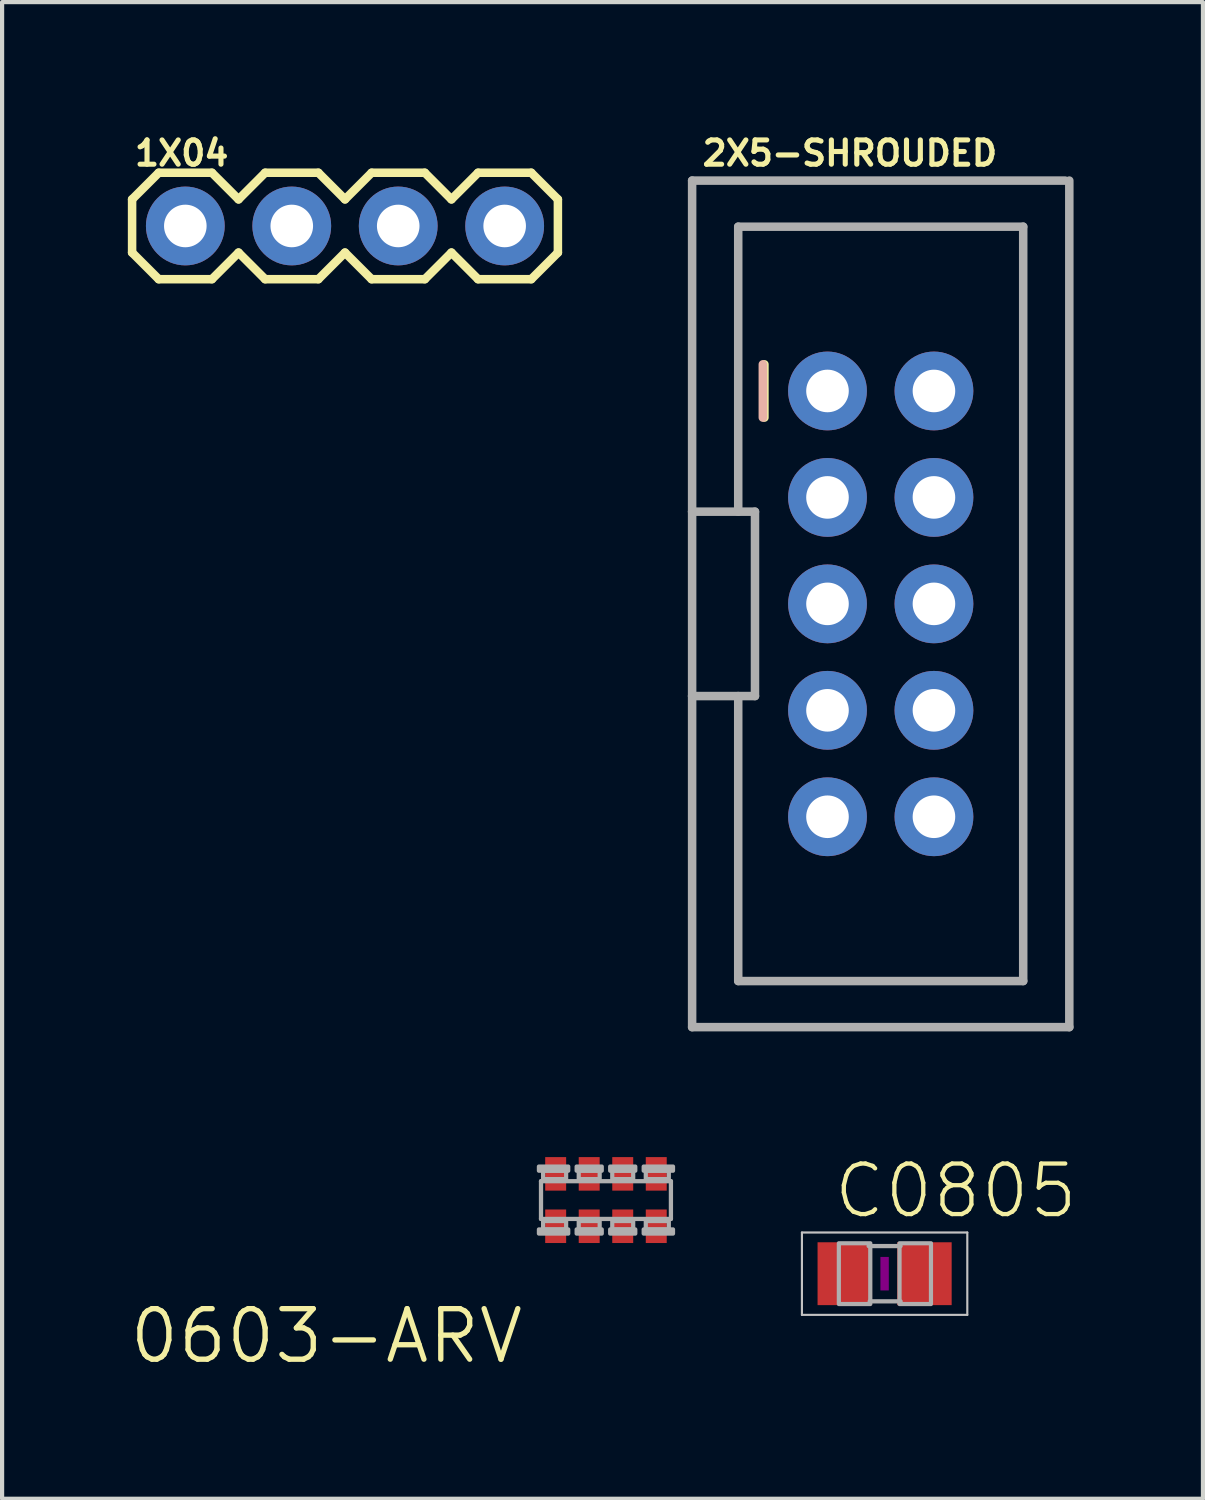
<source format=kicad_pcb>
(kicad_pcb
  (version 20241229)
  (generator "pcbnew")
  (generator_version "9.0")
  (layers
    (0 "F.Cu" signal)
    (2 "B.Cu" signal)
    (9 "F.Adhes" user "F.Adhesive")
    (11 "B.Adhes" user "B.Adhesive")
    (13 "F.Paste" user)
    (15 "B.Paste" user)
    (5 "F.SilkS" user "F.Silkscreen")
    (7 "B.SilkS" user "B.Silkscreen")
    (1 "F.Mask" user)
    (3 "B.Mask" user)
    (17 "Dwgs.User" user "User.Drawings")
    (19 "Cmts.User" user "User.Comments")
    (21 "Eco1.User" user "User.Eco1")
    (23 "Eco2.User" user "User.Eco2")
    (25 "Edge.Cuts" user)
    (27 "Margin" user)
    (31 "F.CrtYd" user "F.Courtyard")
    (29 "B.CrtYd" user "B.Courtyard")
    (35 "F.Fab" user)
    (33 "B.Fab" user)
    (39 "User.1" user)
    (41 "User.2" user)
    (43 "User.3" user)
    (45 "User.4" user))
  (footprint "2X5-SHROUDED"
    (layer "F.Cu")
    (at 17.965 11.359)
    (property "Reference" "2X5-SHROUDED" (at -4.318 -10.414 0) (layer "F.SilkS") (effects (font (size 0.579 0.579) (thickness 0.122)) (justify left bottom)))
    (attr through_hole)
    (fp_line (start -2.775 -5.715) (end -2.775 -4.445) (stroke (width 0.203) (type solid)) (layer "F.SilkS"))
    (fp_line (start -2.813 -5.715) (end -2.813 -4.445) (stroke (width 0.203) (type solid)) (layer "B.SilkS"))
    (fp_line (start -4.5 -10.1) (end 4.4 -10.1) (stroke (width 0.203) (type solid)) (layer "F.Fab"))
    (fp_line (start -4.5 -2.2) (end -4.5 -10.1) (stroke (width 0.203) (type solid)) (layer "F.Fab"))
    (fp_line (start -4.5 -2.2) (end -3 -2.2) (stroke (width 0.203) (type solid)) (layer "F.Fab"))
    (fp_line (start -4.5 2.2) (end -4.5 -2.2) (stroke (width 0.203) (type solid)) (layer "F.Fab"))
    (fp_line (start -4.5 10.1) (end -4.5 2.2) (stroke (width 0.203) (type solid)) (layer "F.Fab"))
    (fp_line (start -3.4 -9) (end -3.4 -2.2) (stroke (width 0.203) (type solid)) (layer "F.Fab"))
    (fp_line (start -3.4 -9) (end 3.4 -9) (stroke (width 0.203) (type solid)) (layer "F.Fab"))
    (fp_line (start -3.4 9) (end -3.4 2.2) (stroke (width 0.203) (type solid)) (layer "F.Fab"))
    (fp_line (start -3.4 9) (end 3.4 9) (stroke (width 0.203) (type solid)) (layer "F.Fab"))
    (fp_line (start -3 -2.2) (end -3 2.2) (stroke (width 0.203) (type solid)) (layer "F.Fab"))
    (fp_line (start -3 2.2) (end -4.5 2.2) (stroke (width 0.203) (type solid)) (layer "F.Fab"))
    (fp_line (start 3.4 -9) (end 3.4 9) (stroke (width 0.203) (type solid)) (layer "F.Fab"))
    (fp_line (start 4.5 -10.1) (end 4.5 10.1) (stroke (width 0.203) (type solid)) (layer "F.Fab"))
    (fp_line (start 4.5 10.1) (end -4.5 10.1) (stroke (width 0.203) (type solid)) (layer "F.Fab"))
    (fp_poly (pts (xy -1.524 -4.826) (xy -1.016 -4.826) (xy -1.016 -5.334) (xy -1.524 -5.334)) (stroke (width 0.1) (type solid)) (fill no) (layer "F.Fab"))
    (fp_poly (pts (xy -1.524 -2.286) (xy -1.016 -2.286) (xy -1.016 -2.794) (xy -1.524 -2.794)) (stroke (width 0.1) (type solid)) (fill no) (layer "F.Fab"))
    (fp_poly (pts (xy -1.524 0.254) (xy -1.016 0.254) (xy -1.016 -0.254) (xy -1.524 -0.254)) (stroke (width 0.1) (type solid)) (fill no) (layer "F.Fab"))
    (fp_poly (pts (xy -1.524 2.794) (xy -1.016 2.794) (xy -1.016 2.286) (xy -1.524 2.286)) (stroke (width 0.1) (type solid)) (fill no) (layer "F.Fab"))
    (fp_poly (pts (xy -1.524 2.794) (xy -1.016 2.794) (xy -1.016 2.286) (xy -1.524 2.286)) (stroke (width 0.1) (type solid)) (fill no) (layer "F.Fab"))
    (fp_poly (pts (xy -1.524 5.334) (xy -1.016 5.334) (xy -1.016 4.826) (xy -1.524 4.826)) (stroke (width 0.1) (type solid)) (fill no) (layer "F.Fab"))
    (fp_poly (pts (xy 1.016 -4.826) (xy 1.524 -4.826) (xy 1.524 -5.334) (xy 1.016 -5.334)) (stroke (width 0.1) (type solid)) (fill no) (layer "F.Fab"))
    (fp_poly (pts (xy 1.016 -2.286) (xy 1.524 -2.286) (xy 1.524 -2.794) (xy 1.016 -2.794)) (stroke (width 0.1) (type solid)) (fill no) (layer "F.Fab"))
    (fp_poly (pts (xy 1.016 0.254) (xy 1.524 0.254) (xy 1.524 -0.254) (xy 1.016 -0.254)) (stroke (width 0.1) (type solid)) (fill no) (layer "F.Fab"))
    (fp_poly (pts (xy 1.016 2.794) (xy 1.524 2.794) (xy 1.524 2.286) (xy 1.016 2.286)) (stroke (width 0.1) (type solid)) (fill no) (layer "F.Fab"))
    (fp_poly (pts (xy 1.016 2.794) (xy 1.524 2.794) (xy 1.524 2.286) (xy 1.016 2.286)) (stroke (width 0.1) (type solid)) (fill no) (layer "F.Fab"))
    (fp_poly (pts (xy 1.016 5.334) (xy 1.524 5.334) (xy 1.524 4.826) (xy 1.016 4.826)) (stroke (width 0.1) (type solid)) (fill no) (layer "F.Fab"))
    (pad "1" thru_hole circle (at -1.27 -5.08 270) (size 1.88 1.88) (drill 1.016) (layers "*.Cu" "*.Mask"))
    (pad "2" thru_hole circle (at 1.27 -5.08 270) (size 1.88 1.88) (drill 1.016) (layers "*.Cu" "*.Mask"))
    (pad "3" thru_hole circle (at -1.27 -2.54 270) (size 1.88 1.88) (drill 1.016) (layers "*.Cu" "*.Mask"))
    (pad "4" thru_hole circle (at 1.27 -2.54 270) (size 1.88 1.88) (drill 1.016) (layers "*.Cu" "*.Mask"))
    (pad "5" thru_hole circle (at -1.27 0 270) (size 1.88 1.88) (drill 1.016) (layers "*.Cu" "*.Mask"))
    (pad "6" thru_hole circle (at 1.27 0 270) (size 1.88 1.88) (drill 1.016) (layers "*.Cu" "*.Mask"))
    (pad "7" thru_hole circle (at -1.27 2.54 270) (size 1.88 1.88) (drill 1.016) (layers "*.Cu" "*.Mask"))
    (pad "8" thru_hole circle (at 1.27 2.54 270) (size 1.88 1.88) (drill 1.016) (layers "*.Cu" "*.Mask"))
    (pad "9" thru_hole circle (at -1.27 5.08 270) (size 1.88 1.88) (drill 1.016) (layers "*.Cu" "*.Mask"))
    (pad "10" thru_hole circle (at 1.27 5.08 270) (size 1.88 1.88) (drill 1.016) (layers "*.Cu" "*.Mask")))
  (footprint "0603-ARV"
    (layer "F.Cu")
    (at 11.409 25.585)
    (property "Reference" "0603-ARV" (at -1.905 2.54 0) (layer "F.SilkS") (effects (font (size 1.206 1.206) (thickness 0.127)) (justify right top)))
    (attr through_hole)
    (fp_line (start -1.55 -0.45) (end 1.55 -0.45) (stroke (width 0.102) (type solid)) (layer "F.Fab"))
    (fp_line (start -1.55 0.45) (end -1.55 -0.45) (stroke (width 0.102) (type solid)) (layer "F.Fab"))
    (fp_line (start 1.55 -0.45) (end 1.55 0.45) (stroke (width 0.102) (type solid)) (layer "F.Fab"))
    (fp_line (start 1.55 0.45) (end -1.55 0.45) (stroke (width 0.102) (type solid)) (layer "F.Fab"))
    (fp_poly (pts (xy -1.6 -0.7) (xy -0.9 -0.7) (xy -0.9 -0.8) (xy -1.6 -0.8)) (stroke (width 0.1) (type solid)) (fill no) (layer "F.Fab"))
    (fp_poly (pts (xy -1.5 -0.5) (xy -0.95 -0.5) (xy -0.95 -0.7) (xy -1.5 -0.7)) (stroke (width 0.1) (type solid)) (fill no) (layer "F.Fab"))
    (fp_poly (pts (xy -0.95 0.5) (xy -1.5 0.5) (xy -1.5 0.7) (xy -0.95 0.7)) (stroke (width 0.1) (type solid)) (fill no) (layer "F.Fab"))
    (fp_poly (pts (xy -0.9 0.7) (xy -1.6 0.7) (xy -1.6 0.8) (xy -0.9 0.8)) (stroke (width 0.1) (type solid)) (fill no) (layer "F.Fab"))
    (fp_poly (pts (xy -0.7 -0.7) (xy -0.1 -0.7) (xy -0.1 -0.8) (xy -0.7 -0.8)) (stroke (width 0.1) (type solid)) (fill no) (layer "F.Fab"))
    (fp_poly (pts (xy -0.65 -0.5) (xy -0.15 -0.5) (xy -0.15 -0.7) (xy -0.65 -0.7)) (stroke (width 0.1) (type solid)) (fill no) (layer "F.Fab"))
    (fp_poly (pts (xy -0.15 0.5) (xy -0.65 0.5) (xy -0.65 0.7) (xy -0.15 0.7)) (stroke (width 0.1) (type solid)) (fill no) (layer "F.Fab"))
    (fp_poly (pts (xy -0.1 0.7) (xy -0.7 0.7) (xy -0.7 0.8) (xy -0.1 0.8)) (stroke (width 0.1) (type solid)) (fill no) (layer "F.Fab"))
    (fp_poly (pts (xy 0.1 -0.7) (xy 0.7 -0.7) (xy 0.7 -0.8) (xy 0.1 -0.8)) (stroke (width 0.1) (type solid)) (fill no) (layer "F.Fab"))
    (fp_poly (pts (xy 0.15 -0.5) (xy 0.65 -0.5) (xy 0.65 -0.7) (xy 0.15 -0.7)) (stroke (width 0.1) (type solid)) (fill no) (layer "F.Fab"))
    (fp_poly (pts (xy 0.65 0.5) (xy 0.15 0.5) (xy 0.15 0.7) (xy 0.65 0.7)) (stroke (width 0.1) (type solid)) (fill no) (layer "F.Fab"))
    (fp_poly (pts (xy 0.7 0.7) (xy 0.1 0.7) (xy 0.1 0.8) (xy 0.7 0.8)) (stroke (width 0.1) (type solid)) (fill no) (layer "F.Fab"))
    (fp_poly (pts (xy 0.9 -0.7) (xy 1.6 -0.7) (xy 1.6 -0.8) (xy 0.9 -0.8)) (stroke (width 0.1) (type solid)) (fill no) (layer "F.Fab"))
    (fp_poly (pts (xy 0.95 -0.5) (xy 1.5 -0.5) (xy 1.5 -0.7) (xy 0.95 -0.7)) (stroke (width 0.1) (type solid)) (fill no) (layer "F.Fab"))
    (fp_poly (pts (xy 1.5 0.5) (xy 0.95 0.5) (xy 0.95 0.7) (xy 1.5 0.7)) (stroke (width 0.1) (type solid)) (fill no) (layer "F.Fab"))
    (fp_poly (pts (xy 1.6 0.7) (xy 0.9 0.7) (xy 0.9 0.8) (xy 1.6 0.8)) (stroke (width 0.1) (type solid)) (fill no) (layer "F.Fab"))
    (pad "1" smd rect (at -1.2 0.625) (size 0.5 0.8) (layers "F.Cu" "F.Mask" "F.Paste"))
    (pad "2" smd rect (at -0.4 0.625) (size 0.5 0.8) (layers "F.Cu" "F.Mask" "F.Paste"))
    (pad "3" smd rect (at 0.4 0.625) (size 0.5 0.8) (layers "F.Cu" "F.Mask" "F.Paste"))
    (pad "4" smd rect (at 1.2 0.625) (size 0.5 0.8) (layers "F.Cu" "F.Mask" "F.Paste"))
    (pad "5" smd rect (at 1.2 -0.625) (size 0.5 0.8) (layers "F.Cu" "F.Mask" "F.Paste"))
    (pad "6" smd rect (at 0.4 -0.625) (size 0.5 0.8) (layers "F.Cu" "F.Mask" "F.Paste"))
    (pad "7" smd rect (at -0.4 -0.625) (size 0.5 0.8) (layers "F.Cu" "F.Mask" "F.Paste"))
    (pad "8" smd rect (at -1.2 -0.625) (size 0.5 0.8) (layers "F.Cu" "F.Mask" "F.Paste")))
  (footprint "1X04"
    (layer "F.Cu")
    (at 1.372 2.342)
    (property "Reference" "1X04" (at -1.27 -1.397 0) (layer "F.SilkS") (effects (font (size 0.579 0.579) (thickness 0.122)) (justify left bottom)))
    (attr through_hole)
    (fp_line (start -1.27 -0.635) (end -1.27 0.635) (stroke (width 0.203) (type solid)) (layer "F.SilkS"))
    (fp_line (start -1.27 0.635) (end -0.635 1.27) (stroke (width 0.203) (type solid)) (layer "F.SilkS"))
    (fp_line (start -0.635 -1.27) (end -1.27 -0.635) (stroke (width 0.203) (type solid)) (layer "F.SilkS"))
    (fp_line (start -0.635 -1.27) (end 0.635 -1.27) (stroke (width 0.203) (type solid)) (layer "F.SilkS"))
    (fp_line (start 0.635 -1.27) (end 1.27 -0.635) (stroke (width 0.203) (type solid)) (layer "F.SilkS"))
    (fp_line (start 0.635 1.27) (end -0.635 1.27) (stroke (width 0.203) (type solid)) (layer "F.SilkS"))
    (fp_line (start 1.27 -0.635) (end 1.905 -1.27) (stroke (width 0.203) (type solid)) (layer "F.SilkS"))
    (fp_line (start 1.27 0.635) (end 0.635 1.27) (stroke (width 0.203) (type solid)) (layer "F.SilkS"))
    (fp_line (start 1.905 -1.27) (end 3.175 -1.27) (stroke (width 0.203) (type solid)) (layer "F.SilkS"))
    (fp_line (start 1.905 1.27) (end 1.27 0.635) (stroke (width 0.203) (type solid)) (layer "F.SilkS"))
    (fp_line (start 3.175 -1.27) (end 3.81 -0.635) (stroke (width 0.203) (type solid)) (layer "F.SilkS"))
    (fp_line (start 3.175 1.27) (end 1.905 1.27) (stroke (width 0.203) (type solid)) (layer "F.SilkS"))
    (fp_line (start 3.81 -0.635) (end 4.445 -1.27) (stroke (width 0.203) (type solid)) (layer "F.SilkS"))
    (fp_line (start 3.81 0.635) (end 3.175 1.27) (stroke (width 0.203) (type solid)) (layer "F.SilkS"))
    (fp_line (start 4.445 -1.27) (end 5.715 -1.27) (stroke (width 0.203) (type solid)) (layer "F.SilkS"))
    (fp_line (start 4.445 1.27) (end 3.81 0.635) (stroke (width 0.203) (type solid)) (layer "F.SilkS"))
    (fp_line (start 5.715 -1.27) (end 6.35 -0.635) (stroke (width 0.203) (type solid)) (layer "F.SilkS"))
    (fp_line (start 5.715 1.27) (end 4.445 1.27) (stroke (width 0.203) (type solid)) (layer "F.SilkS"))
    (fp_line (start 6.35 0.635) (end 5.715 1.27) (stroke (width 0.203) (type solid)) (layer "F.SilkS"))
    (fp_line (start 6.35 0.635) (end 6.985 1.27) (stroke (width 0.203) (type solid)) (layer "F.SilkS"))
    (fp_line (start 6.985 -1.27) (end 6.35 -0.635) (stroke (width 0.203) (type solid)) (layer "F.SilkS"))
    (fp_line (start 6.985 -1.27) (end 8.255 -1.27) (stroke (width 0.203) (type solid)) (layer "F.SilkS"))
    (fp_line (start 8.255 -1.27) (end 8.89 -0.635) (stroke (width 0.203) (type solid)) (layer "F.SilkS"))
    (fp_line (start 8.255 1.27) (end 6.985 1.27) (stroke (width 0.203) (type solid)) (layer "F.SilkS"))
    (fp_line (start 8.89 -0.635) (end 8.89 0.635) (stroke (width 0.203) (type solid)) (layer "F.SilkS"))
    (fp_line (start 8.89 0.635) (end 8.255 1.27) (stroke (width 0.203) (type solid)) (layer "F.SilkS"))
    (fp_poly (pts (xy -0.254 0.254) (xy 0.254 0.254) (xy 0.254 -0.254) (xy -0.254 -0.254)) (stroke (width 0.1) (type solid)) (fill no) (layer "F.Fab"))
    (fp_poly (pts (xy 2.286 0.254) (xy 2.794 0.254) (xy 2.794 -0.254) (xy 2.286 -0.254)) (stroke (width 0.1) (type solid)) (fill no) (layer "F.Fab"))
    (fp_poly (pts (xy 4.826 0.254) (xy 5.334 0.254) (xy 5.334 -0.254) (xy 4.826 -0.254)) (stroke (width 0.1) (type solid)) (fill no) (layer "F.Fab"))
    (fp_poly (pts (xy 7.366 0.254) (xy 7.874 0.254) (xy 7.874 -0.254) (xy 7.366 -0.254)) (stroke (width 0.1) (type solid)) (fill no) (layer "F.Fab"))
    (pad "1" thru_hole circle (at 0 0 90) (size 1.88 1.88) (drill 1.016) (layers "*.Cu" "*.Mask"))
    (pad "2" thru_hole circle (at 2.54 0 90) (size 1.88 1.88) (drill 1.016) (layers "*.Cu" "*.Mask"))
    (pad "3" thru_hole circle (at 5.08 0 90) (size 1.88 1.88) (drill 1.016) (layers "*.Cu" "*.Mask"))
    (pad "4" thru_hole circle (at 7.62 0 90) (size 1.88 1.88) (drill 1.016) (layers "*.Cu" "*.Mask")))
  (footprint "C0805"
    (layer "F.Cu")
    (at 18.058 27.342)
    (property "Reference" "C0805" (at -1.27 -1.27 0) (layer "F.SilkS") (effects (font (size 1.206 1.206) (thickness 0.102)) (justify left bottom)))
    (attr through_hole)
    (fp_poly (pts (xy -0.1 0.4) (xy 0.1 0.4) (xy 0.1 -0.4) (xy -0.1 -0.4)) (stroke (width 0) (type solid)) (fill yes) (layer "F.Adhes"))
    (fp_line (start -1.973 -0.983) (end 1.973 -0.983) (stroke (width 0.051) (type solid)) (layer "Dwgs.User"))
    (fp_line (start -1.973 0.983) (end -1.973 -0.983) (stroke (width 0.051) (type solid)) (layer "Dwgs.User"))
    (fp_line (start 1.973 -0.983) (end 1.973 0.983) (stroke (width 0.051) (type solid)) (layer "Dwgs.User"))
    (fp_line (start 1.973 0.983) (end -1.973 0.983) (stroke (width 0.051) (type solid)) (layer "Dwgs.User"))
    (fp_line (start -0.381 -0.66) (end 0.381 -0.66) (stroke (width 0.102) (type solid)) (layer "F.Fab"))
    (fp_line (start -0.356 0.66) (end 0.381 0.66) (stroke (width 0.102) (type solid)) (layer "F.Fab"))
    (fp_poly (pts (xy -1.092 0.724) (xy -0.342 0.724) (xy -0.342 -0.726) (xy -1.092 -0.726)) (stroke (width 0.1) (type solid)) (fill no) (layer "F.Fab"))
    (fp_poly (pts (xy 0.356 0.724) (xy 1.106 0.724) (xy 1.106 -0.726) (xy 0.356 -0.726)) (stroke (width 0.1) (type solid)) (fill no) (layer "F.Fab"))
    (pad "1" smd rect (at -0.95 0) (size 1.3 1.5) (layers "F.Cu" "F.Mask" "F.Paste"))
    (pad "2" smd rect (at 0.95 0) (size 1.3 1.5) (layers "F.Cu" "F.Mask" "F.Paste")))
  (gr_rect
    (start -3 -3)
    (end 25.654 32.713)
    (stroke (width 0.1) (type default))
    (fill no)
    (layer "Edge.Cuts")))
</source>
